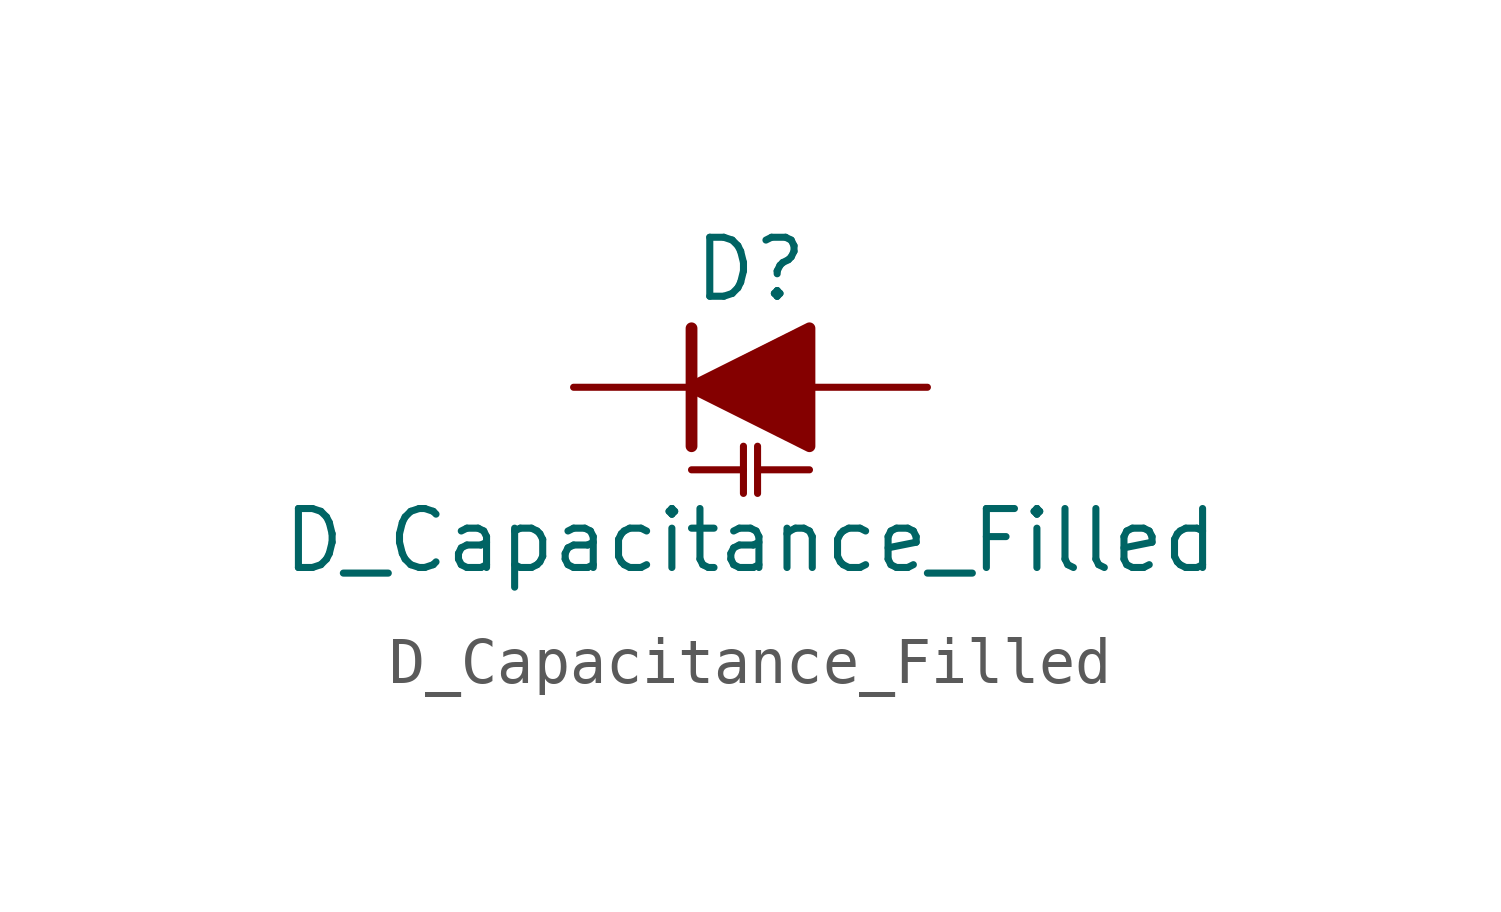
<source format=kicad_sym>
(kicad_symbol_lib
  (version 20211014)
  (generator kicad_symbol_editor)
  (symbol "D_Capacitance_Filled"
    (pin_numbers hide)
    (pin_names
      (offset 1.016) hide)
    (property "Reference" "D"
      (at 0 2.54 0)
      (effects (font (size 1.27 1.27))))
    (property "Value" "D_Capacitance_Filled"
      (at 0 -3.302 0)
      (effects (font (size 1.27 1.27))))
    (symbol "D_Capacitance_Filled_0_1"
      (polyline (pts (xy -1.27 -1.778) (xy -0.152 -1.778)) (stroke (width 0) (type default) (color 0 0 0 0)) (fill (type none)))
      (polyline (pts (xy -1.27 0) (xy 1.27 0)) (stroke (width 0) (type default) (color 0 0 0 0)) (fill (type none)))
      (polyline (pts (xy -1.27 1.27) (xy -1.27 -1.27)) (stroke (width 0.254) (type default) (color 0 0 0 0)) (fill (type none)))
      (polyline (pts (xy -0.152 -1.27) (xy -0.152 -2.286)) (stroke (width 0) (type default) (color 0 0 0 0)) (fill (type none)))
      (polyline (pts (xy 0.152 -1.778) (xy 1.27 -1.778)) (stroke (width 0) (type default) (color 0 0 0 0)) (fill (type none)))
      (polyline (pts (xy 0.152 -1.27) (xy 0.152 -2.286)) (stroke (width 0) (type default) (color 0 0 0 0)) (fill (type none)))
      (polyline (pts (xy 1.27 1.27) (xy 1.27 -1.27) (xy -1.27 0) (xy 1.27 1.27)) (stroke (width 0.254) (type default) (color 0 0 0 0)) (fill (type outline))))
    (symbol "D_Capacitance_Filled_1_1"
      (pin passive line (at -3.81 0 0) (length 2.54) (name "K" (effects (font (size 1.27 1.27)))) (number "1" (effects (font (size 1.27 1.27)))))
      (pin passive line (at 3.81 0 180) (length 2.54) (name "A" (effects (font (size 1.27 1.27)))) (number "2" (effects (font (size 1.27 1.27))))))))
</source>
